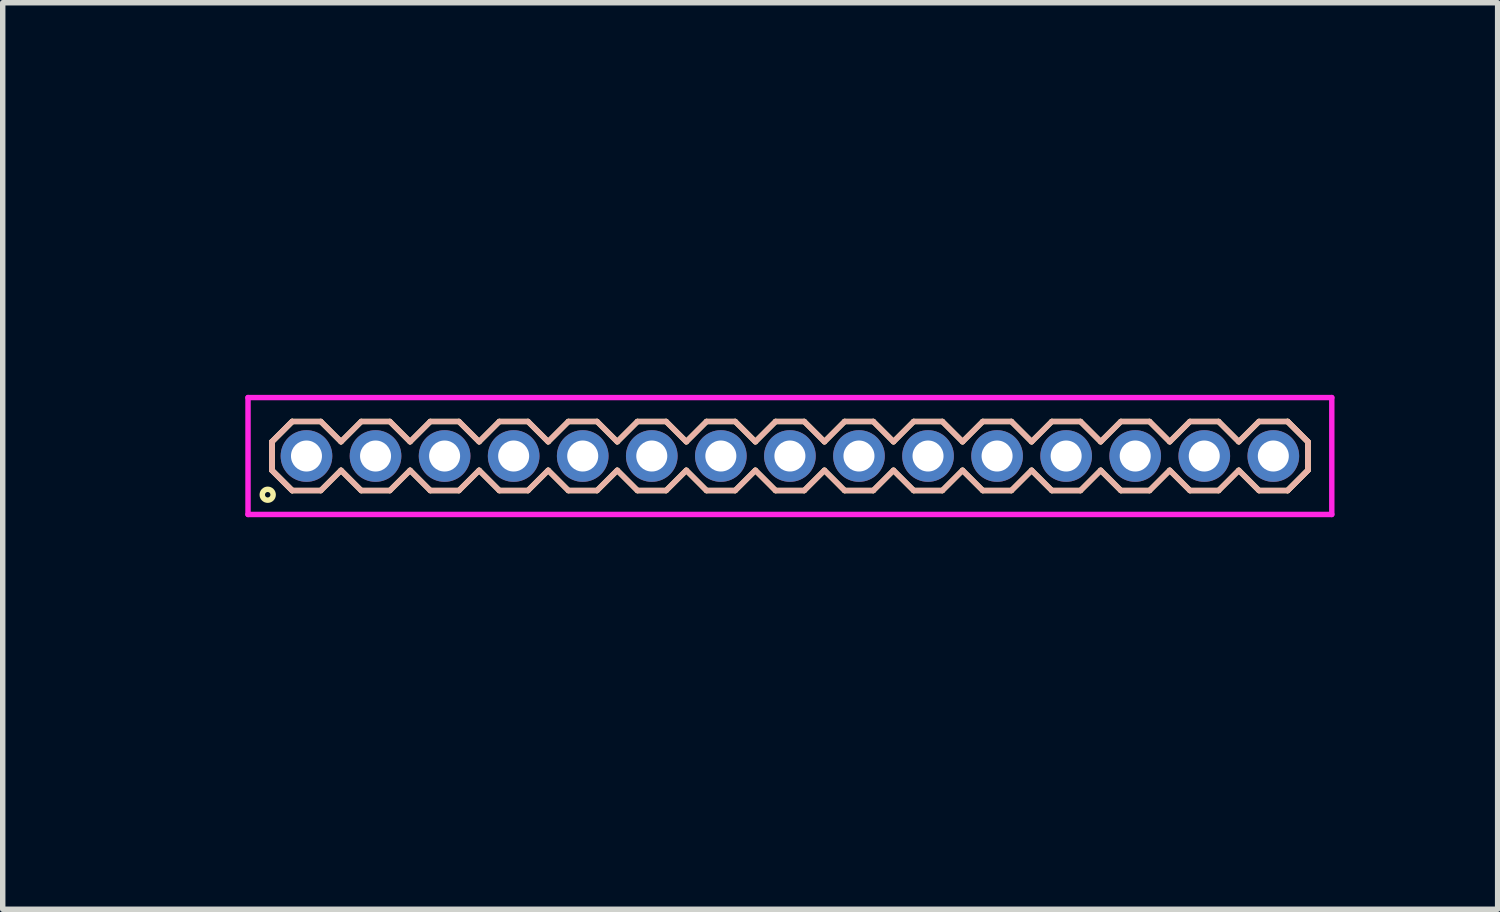
<source format=kicad_pcb>
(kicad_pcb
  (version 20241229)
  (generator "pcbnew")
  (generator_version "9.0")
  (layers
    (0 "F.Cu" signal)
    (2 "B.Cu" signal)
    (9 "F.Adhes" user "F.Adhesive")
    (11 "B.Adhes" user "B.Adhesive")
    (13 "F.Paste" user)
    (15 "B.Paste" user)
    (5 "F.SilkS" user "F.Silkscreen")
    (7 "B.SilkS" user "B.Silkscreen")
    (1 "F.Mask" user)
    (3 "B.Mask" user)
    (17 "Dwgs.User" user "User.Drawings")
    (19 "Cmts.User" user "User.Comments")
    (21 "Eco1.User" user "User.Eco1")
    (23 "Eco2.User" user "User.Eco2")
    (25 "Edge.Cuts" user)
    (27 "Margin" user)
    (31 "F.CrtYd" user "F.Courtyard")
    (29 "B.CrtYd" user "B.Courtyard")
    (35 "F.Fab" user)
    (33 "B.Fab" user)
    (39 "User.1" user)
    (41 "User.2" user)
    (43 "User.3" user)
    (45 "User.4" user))
  (footprint "HDR127P15x1"
    (layer "F.Cu")
    (at 11.476 5.336)
    (property "Reference" "HDR127P15x1" (at -10.715 0 90) (layer "User.1") (effects (font (size 1 1) (thickness 0.1))))
    (attr through_hole)
    (fp_line (start -9.525 -0.263) (end -9.153 -0.635) (stroke (width 0.1) (type solid)) (layer "F.SilkS"))
    (fp_line (start -9.525 -0.263) (end -9.153 -0.635) (stroke (width 0.1) (type solid)) (layer "F.SilkS"))
    (fp_line (start -9.525 0.263) (end -9.525 -0.263) (stroke (width 0.1) (type solid)) (layer "F.SilkS"))
    (fp_line (start -9.525 0.263) (end -9.525 -0.263) (stroke (width 0.1) (type solid)) (layer "F.SilkS"))
    (fp_line (start -9.153 -0.635) (end -8.627 -0.635) (stroke (width 0.1) (type solid)) (layer "F.SilkS"))
    (fp_line (start -9.153 0.635) (end -9.525 0.263) (stroke (width 0.1) (type solid)) (layer "F.SilkS"))
    (fp_line (start -9.153 0.635) (end -9.525 0.263) (stroke (width 0.1) (type solid)) (layer "F.SilkS"))
    (fp_line (start -8.627 -0.635) (end -8.255 -0.263) (stroke (width 0.1) (type solid)) (layer "F.SilkS"))
    (fp_line (start -8.627 0.635) (end -9.153 0.635) (stroke (width 0.1) (type solid)) (layer "F.SilkS"))
    (fp_line (start -8.255 -0.263) (end -7.883 -0.635) (stroke (width 0.1) (type solid)) (layer "F.SilkS"))
    (fp_line (start -8.255 0.263) (end -8.627 0.635) (stroke (width 0.1) (type solid)) (layer "F.SilkS"))
    (fp_line (start -7.883 -0.635) (end -7.357 -0.635) (stroke (width 0.1) (type solid)) (layer "F.SilkS"))
    (fp_line (start -7.883 0.635) (end -8.255 0.263) (stroke (width 0.1) (type solid)) (layer "F.SilkS"))
    (fp_line (start -7.357 -0.635) (end -6.985 -0.263) (stroke (width 0.1) (type solid)) (layer "F.SilkS"))
    (fp_line (start -7.357 0.635) (end -7.883 0.635) (stroke (width 0.1) (type solid)) (layer "F.SilkS"))
    (fp_line (start -6.985 -0.263) (end -6.613 -0.635) (stroke (width 0.1) (type solid)) (layer "F.SilkS"))
    (fp_line (start -6.985 0.263) (end -7.357 0.635) (stroke (width 0.1) (type solid)) (layer "F.SilkS"))
    (fp_line (start -6.613 -0.635) (end -6.087 -0.635) (stroke (width 0.1) (type solid)) (layer "F.SilkS"))
    (fp_line (start -6.613 0.635) (end -6.985 0.263) (stroke (width 0.1) (type solid)) (layer "F.SilkS"))
    (fp_line (start -6.087 -0.635) (end -5.715 -0.263) (stroke (width 0.1) (type solid)) (layer "F.SilkS"))
    (fp_line (start -6.087 0.635) (end -6.613 0.635) (stroke (width 0.1) (type solid)) (layer "F.SilkS"))
    (fp_line (start -5.715 -0.263) (end -5.343 -0.635) (stroke (width 0.1) (type solid)) (layer "F.SilkS"))
    (fp_line (start -5.715 0.263) (end -6.087 0.635) (stroke (width 0.1) (type solid)) (layer "F.SilkS"))
    (fp_line (start -5.343 -0.635) (end -4.817 -0.635) (stroke (width 0.1) (type solid)) (layer "F.SilkS"))
    (fp_line (start -5.343 0.635) (end -5.715 0.263) (stroke (width 0.1) (type solid)) (layer "F.SilkS"))
    (fp_line (start -4.817 -0.635) (end -4.445 -0.263) (stroke (width 0.1) (type solid)) (layer "F.SilkS"))
    (fp_line (start -4.817 0.635) (end -5.343 0.635) (stroke (width 0.1) (type solid)) (layer "F.SilkS"))
    (fp_line (start -4.445 -0.263) (end -4.073 -0.635) (stroke (width 0.1) (type solid)) (layer "F.SilkS"))
    (fp_line (start -4.445 0.263) (end -4.817 0.635) (stroke (width 0.1) (type solid)) (layer "F.SilkS"))
    (fp_line (start -4.073 -0.635) (end -3.547 -0.635) (stroke (width 0.1) (type solid)) (layer "F.SilkS"))
    (fp_line (start -4.073 0.635) (end -4.445 0.263) (stroke (width 0.1) (type solid)) (layer "F.SilkS"))
    (fp_line (start -3.547 -0.635) (end -3.175 -0.263) (stroke (width 0.1) (type solid)) (layer "F.SilkS"))
    (fp_line (start -3.547 0.635) (end -4.073 0.635) (stroke (width 0.1) (type solid)) (layer "F.SilkS"))
    (fp_line (start -3.175 -0.263) (end -2.803 -0.635) (stroke (width 0.1) (type solid)) (layer "F.SilkS"))
    (fp_line (start -3.175 0.263) (end -3.547 0.635) (stroke (width 0.1) (type solid)) (layer "F.SilkS"))
    (fp_line (start -2.803 -0.635) (end -2.277 -0.635) (stroke (width 0.1) (type solid)) (layer "F.SilkS"))
    (fp_line (start -2.803 0.635) (end -3.175 0.263) (stroke (width 0.1) (type solid)) (layer "F.SilkS"))
    (fp_line (start -2.277 -0.635) (end -1.905 -0.263) (stroke (width 0.1) (type solid)) (layer "F.SilkS"))
    (fp_line (start -2.277 0.635) (end -2.803 0.635) (stroke (width 0.1) (type solid)) (layer "F.SilkS"))
    (fp_line (start -1.905 -0.263) (end -1.533 -0.635) (stroke (width 0.1) (type solid)) (layer "F.SilkS"))
    (fp_line (start -1.905 0.263) (end -2.277 0.635) (stroke (width 0.1) (type solid)) (layer "F.SilkS"))
    (fp_line (start -1.533 -0.635) (end -1.007 -0.635) (stroke (width 0.1) (type solid)) (layer "F.SilkS"))
    (fp_line (start -1.533 0.635) (end -1.905 0.263) (stroke (width 0.1) (type solid)) (layer "F.SilkS"))
    (fp_line (start -1.007 -0.635) (end -0.635 -0.263) (stroke (width 0.1) (type solid)) (layer "F.SilkS"))
    (fp_line (start -1.007 0.635) (end -1.533 0.635) (stroke (width 0.1) (type solid)) (layer "F.SilkS"))
    (fp_line (start -0.635 -0.263) (end -0.263 -0.635) (stroke (width 0.1) (type solid)) (layer "F.SilkS"))
    (fp_line (start -0.635 0.263) (end -1.007 0.635) (stroke (width 0.1) (type solid)) (layer "F.SilkS"))
    (fp_line (start -0.263 -0.635) (end 0.263 -0.635) (stroke (width 0.1) (type solid)) (layer "F.SilkS"))
    (fp_line (start -0.263 0.635) (end -0.635 0.263) (stroke (width 0.1) (type solid)) (layer "F.SilkS"))
    (fp_line (start 0.263 -0.635) (end 0.635 -0.263) (stroke (width 0.1) (type solid)) (layer "F.SilkS"))
    (fp_line (start 0.263 0.635) (end -0.263 0.635) (stroke (width 0.1) (type solid)) (layer "F.SilkS"))
    (fp_line (start 0.635 -0.263) (end 1.007 -0.635) (stroke (width 0.1) (type solid)) (layer "F.SilkS"))
    (fp_line (start 0.635 0.263) (end 0.263 0.635) (stroke (width 0.1) (type solid)) (layer "F.SilkS"))
    (fp_line (start 1.007 -0.635) (end 1.533 -0.635) (stroke (width 0.1) (type solid)) (layer "F.SilkS"))
    (fp_line (start 1.007 0.635) (end 0.635 0.263) (stroke (width 0.1) (type solid)) (layer "F.SilkS"))
    (fp_line (start 1.533 -0.635) (end 1.905 -0.263) (stroke (width 0.1) (type solid)) (layer "F.SilkS"))
    (fp_line (start 1.533 0.635) (end 1.007 0.635) (stroke (width 0.1) (type solid)) (layer "F.SilkS"))
    (fp_line (start 1.905 -0.263) (end 2.277 -0.635) (stroke (width 0.1) (type solid)) (layer "F.SilkS"))
    (fp_line (start 1.905 0.263) (end 1.533 0.635) (stroke (width 0.1) (type solid)) (layer "F.SilkS"))
    (fp_line (start 2.277 -0.635) (end 2.803 -0.635) (stroke (width 0.1) (type solid)) (layer "F.SilkS"))
    (fp_line (start 2.277 0.635) (end 1.905 0.263) (stroke (width 0.1) (type solid)) (layer "F.SilkS"))
    (fp_line (start 2.803 -0.635) (end 3.175 -0.263) (stroke (width 0.1) (type solid)) (layer "F.SilkS"))
    (fp_line (start 2.803 0.635) (end 2.277 0.635) (stroke (width 0.1) (type solid)) (layer "F.SilkS"))
    (fp_line (start 3.175 -0.263) (end 3.547 -0.635) (stroke (width 0.1) (type solid)) (layer "F.SilkS"))
    (fp_line (start 3.175 0.263) (end 2.803 0.635) (stroke (width 0.1) (type solid)) (layer "F.SilkS"))
    (fp_line (start 3.547 -0.635) (end 4.073 -0.635) (stroke (width 0.1) (type solid)) (layer "F.SilkS"))
    (fp_line (start 3.547 0.635) (end 3.175 0.263) (stroke (width 0.1) (type solid)) (layer "F.SilkS"))
    (fp_line (start 4.073 -0.635) (end 4.445 -0.263) (stroke (width 0.1) (type solid)) (layer "F.SilkS"))
    (fp_line (start 4.073 0.635) (end 3.547 0.635) (stroke (width 0.1) (type solid)) (layer "F.SilkS"))
    (fp_line (start 4.445 -0.263) (end 4.817 -0.635) (stroke (width 0.1) (type solid)) (layer "F.SilkS"))
    (fp_line (start 4.445 0.263) (end 4.073 0.635) (stroke (width 0.1) (type solid)) (layer "F.SilkS"))
    (fp_line (start 4.817 -0.635) (end 5.343 -0.635) (stroke (width 0.1) (type solid)) (layer "F.SilkS"))
    (fp_line (start 4.817 0.635) (end 4.445 0.263) (stroke (width 0.1) (type solid)) (layer "F.SilkS"))
    (fp_line (start 5.343 -0.635) (end 5.715 -0.263) (stroke (width 0.1) (type solid)) (layer "F.SilkS"))
    (fp_line (start 5.343 0.635) (end 4.817 0.635) (stroke (width 0.1) (type solid)) (layer "F.SilkS"))
    (fp_line (start 5.715 -0.263) (end 6.087 -0.635) (stroke (width 0.1) (type solid)) (layer "F.SilkS"))
    (fp_line (start 5.715 0.263) (end 5.343 0.635) (stroke (width 0.1) (type solid)) (layer "F.SilkS"))
    (fp_line (start 6.087 -0.635) (end 6.613 -0.635) (stroke (width 0.1) (type solid)) (layer "F.SilkS"))
    (fp_line (start 6.087 0.635) (end 5.715 0.263) (stroke (width 0.1) (type solid)) (layer "F.SilkS"))
    (fp_line (start 6.613 -0.635) (end 6.985 -0.263) (stroke (width 0.1) (type solid)) (layer "F.SilkS"))
    (fp_line (start 6.613 0.635) (end 6.087 0.635) (stroke (width 0.1) (type solid)) (layer "F.SilkS"))
    (fp_line (start 6.985 -0.263) (end 7.357 -0.635) (stroke (width 0.1) (type solid)) (layer "F.SilkS"))
    (fp_line (start 6.985 0.263) (end 6.613 0.635) (stroke (width 0.1) (type solid)) (layer "F.SilkS"))
    (fp_line (start 7.357 -0.635) (end 7.883 -0.635) (stroke (width 0.1) (type solid)) (layer "F.SilkS"))
    (fp_line (start 7.357 0.635) (end 6.985 0.263) (stroke (width 0.1) (type solid)) (layer "F.SilkS"))
    (fp_line (start 7.883 -0.635) (end 8.255 -0.263) (stroke (width 0.1) (type solid)) (layer "F.SilkS"))
    (fp_line (start 7.883 0.635) (end 7.357 0.635) (stroke (width 0.1) (type solid)) (layer "F.SilkS"))
    (fp_line (start 8.255 -0.263) (end 8.627 -0.635) (stroke (width 0.1) (type solid)) (layer "F.SilkS"))
    (fp_line (start 8.255 0.263) (end 7.883 0.635) (stroke (width 0.1) (type solid)) (layer "F.SilkS"))
    (fp_line (start 8.627 -0.635) (end 9.153 -0.635) (stroke (width 0.1) (type solid)) (layer "F.SilkS"))
    (fp_line (start 8.627 0.635) (end 8.255 0.263) (stroke (width 0.1) (type solid)) (layer "F.SilkS"))
    (fp_line (start 9.153 -0.635) (end 9.525 -0.263) (stroke (width 0.1) (type solid)) (layer "F.SilkS"))
    (fp_line (start 9.153 -0.635) (end 9.525 -0.263) (stroke (width 0.1) (type solid)) (layer "F.SilkS"))
    (fp_line (start 9.153 0.635) (end 8.627 0.635) (stroke (width 0.1) (type solid)) (layer "F.SilkS"))
    (fp_line (start 9.525 -0.263) (end 9.525 0.263) (stroke (width 0.1) (type solid)) (layer "F.SilkS"))
    (fp_line (start 9.525 -0.263) (end 9.525 0.263) (stroke (width 0.1) (type solid)) (layer "F.SilkS"))
    (fp_line (start 9.525 0.263) (end 9.153 0.635) (stroke (width 0.1) (type solid)) (layer "F.SilkS"))
    (fp_line (start 9.525 0.263) (end 9.153 0.635) (stroke (width 0.1) (type solid)) (layer "F.SilkS"))
    (fp_circle (center -9.603 0.712) (end -9.503 0.712) (stroke (width 0.1) (type solid)) (fill no) (layer "F.SilkS"))
    (fp_line (start -9.525 -0.263) (end -9.153 -0.635) (stroke (width 0.1) (type solid)) (layer "B.SilkS"))
    (fp_line (start -9.525 -0.263) (end -9.153 -0.635) (stroke (width 0.1) (type solid)) (layer "B.SilkS"))
    (fp_line (start -9.525 0.263) (end -9.525 -0.263) (stroke (width 0.1) (type solid)) (layer "B.SilkS"))
    (fp_line (start -9.525 0.263) (end -9.525 -0.263) (stroke (width 0.1) (type solid)) (layer "B.SilkS"))
    (fp_line (start -9.153 -0.635) (end -8.627 -0.635) (stroke (width 0.1) (type solid)) (layer "B.SilkS"))
    (fp_line (start -9.153 0.635) (end -9.525 0.263) (stroke (width 0.1) (type solid)) (layer "B.SilkS"))
    (fp_line (start -9.153 0.635) (end -9.525 0.263) (stroke (width 0.1) (type solid)) (layer "B.SilkS"))
    (fp_line (start -8.627 -0.635) (end -8.255 -0.263) (stroke (width 0.1) (type solid)) (layer "B.SilkS"))
    (fp_line (start -8.627 0.635) (end -9.153 0.635) (stroke (width 0.1) (type solid)) (layer "B.SilkS"))
    (fp_line (start -8.255 -0.263) (end -7.883 -0.635) (stroke (width 0.1) (type solid)) (layer "B.SilkS"))
    (fp_line (start -8.255 0.263) (end -8.627 0.635) (stroke (width 0.1) (type solid)) (layer "B.SilkS"))
    (fp_line (start -7.883 -0.635) (end -7.357 -0.635) (stroke (width 0.1) (type solid)) (layer "B.SilkS"))
    (fp_line (start -7.883 0.635) (end -8.255 0.263) (stroke (width 0.1) (type solid)) (layer "B.SilkS"))
    (fp_line (start -7.357 -0.635) (end -6.985 -0.263) (stroke (width 0.1) (type solid)) (layer "B.SilkS"))
    (fp_line (start -7.357 0.635) (end -7.883 0.635) (stroke (width 0.1) (type solid)) (layer "B.SilkS"))
    (fp_line (start -6.985 -0.263) (end -6.613 -0.635) (stroke (width 0.1) (type solid)) (layer "B.SilkS"))
    (fp_line (start -6.985 0.263) (end -7.357 0.635) (stroke (width 0.1) (type solid)) (layer "B.SilkS"))
    (fp_line (start -6.613 -0.635) (end -6.087 -0.635) (stroke (width 0.1) (type solid)) (layer "B.SilkS"))
    (fp_line (start -6.613 0.635) (end -6.985 0.263) (stroke (width 0.1) (type solid)) (layer "B.SilkS"))
    (fp_line (start -6.087 -0.635) (end -5.715 -0.263) (stroke (width 0.1) (type solid)) (layer "B.SilkS"))
    (fp_line (start -6.087 0.635) (end -6.613 0.635) (stroke (width 0.1) (type solid)) (layer "B.SilkS"))
    (fp_line (start -5.715 -0.263) (end -5.343 -0.635) (stroke (width 0.1) (type solid)) (layer "B.SilkS"))
    (fp_line (start -5.715 0.263) (end -6.087 0.635) (stroke (width 0.1) (type solid)) (layer "B.SilkS"))
    (fp_line (start -5.343 -0.635) (end -4.817 -0.635) (stroke (width 0.1) (type solid)) (layer "B.SilkS"))
    (fp_line (start -5.343 0.635) (end -5.715 0.263) (stroke (width 0.1) (type solid)) (layer "B.SilkS"))
    (fp_line (start -4.817 -0.635) (end -4.445 -0.263) (stroke (width 0.1) (type solid)) (layer "B.SilkS"))
    (fp_line (start -4.817 0.635) (end -5.343 0.635) (stroke (width 0.1) (type solid)) (layer "B.SilkS"))
    (fp_line (start -4.445 -0.263) (end -4.073 -0.635) (stroke (width 0.1) (type solid)) (layer "B.SilkS"))
    (fp_line (start -4.445 0.263) (end -4.817 0.635) (stroke (width 0.1) (type solid)) (layer "B.SilkS"))
    (fp_line (start -4.073 -0.635) (end -3.547 -0.635) (stroke (width 0.1) (type solid)) (layer "B.SilkS"))
    (fp_line (start -4.073 0.635) (end -4.445 0.263) (stroke (width 0.1) (type solid)) (layer "B.SilkS"))
    (fp_line (start -3.547 -0.635) (end -3.175 -0.263) (stroke (width 0.1) (type solid)) (layer "B.SilkS"))
    (fp_line (start -3.547 0.635) (end -4.073 0.635) (stroke (width 0.1) (type solid)) (layer "B.SilkS"))
    (fp_line (start -3.175 -0.263) (end -2.803 -0.635) (stroke (width 0.1) (type solid)) (layer "B.SilkS"))
    (fp_line (start -3.175 0.263) (end -3.547 0.635) (stroke (width 0.1) (type solid)) (layer "B.SilkS"))
    (fp_line (start -2.803 -0.635) (end -2.277 -0.635) (stroke (width 0.1) (type solid)) (layer "B.SilkS"))
    (fp_line (start -2.803 0.635) (end -3.175 0.263) (stroke (width 0.1) (type solid)) (layer "B.SilkS"))
    (fp_line (start -2.277 -0.635) (end -1.905 -0.263) (stroke (width 0.1) (type solid)) (layer "B.SilkS"))
    (fp_line (start -2.277 0.635) (end -2.803 0.635) (stroke (width 0.1) (type solid)) (layer "B.SilkS"))
    (fp_line (start -1.905 -0.263) (end -1.533 -0.635) (stroke (width 0.1) (type solid)) (layer "B.SilkS"))
    (fp_line (start -1.905 0.263) (end -2.277 0.635) (stroke (width 0.1) (type solid)) (layer "B.SilkS"))
    (fp_line (start -1.533 -0.635) (end -1.007 -0.635) (stroke (width 0.1) (type solid)) (layer "B.SilkS"))
    (fp_line (start -1.533 0.635) (end -1.905 0.263) (stroke (width 0.1) (type solid)) (layer "B.SilkS"))
    (fp_line (start -1.007 -0.635) (end -0.635 -0.263) (stroke (width 0.1) (type solid)) (layer "B.SilkS"))
    (fp_line (start -1.007 0.635) (end -1.533 0.635) (stroke (width 0.1) (type solid)) (layer "B.SilkS"))
    (fp_line (start -0.635 -0.263) (end -0.263 -0.635) (stroke (width 0.1) (type solid)) (layer "B.SilkS"))
    (fp_line (start -0.635 0.263) (end -1.007 0.635) (stroke (width 0.1) (type solid)) (layer "B.SilkS"))
    (fp_line (start -0.263 -0.635) (end 0.263 -0.635) (stroke (width 0.1) (type solid)) (layer "B.SilkS"))
    (fp_line (start -0.263 0.635) (end -0.635 0.263) (stroke (width 0.1) (type solid)) (layer "B.SilkS"))
    (fp_line (start 0.263 -0.635) (end 0.635 -0.263) (stroke (width 0.1) (type solid)) (layer "B.SilkS"))
    (fp_line (start 0.263 0.635) (end -0.263 0.635) (stroke (width 0.1) (type solid)) (layer "B.SilkS"))
    (fp_line (start 0.635 -0.263) (end 1.007 -0.635) (stroke (width 0.1) (type solid)) (layer "B.SilkS"))
    (fp_line (start 0.635 0.263) (end 0.263 0.635) (stroke (width 0.1) (type solid)) (layer "B.SilkS"))
    (fp_line (start 1.007 -0.635) (end 1.533 -0.635) (stroke (width 0.1) (type solid)) (layer "B.SilkS"))
    (fp_line (start 1.007 0.635) (end 0.635 0.263) (stroke (width 0.1) (type solid)) (layer "B.SilkS"))
    (fp_line (start 1.533 -0.635) (end 1.905 -0.263) (stroke (width 0.1) (type solid)) (layer "B.SilkS"))
    (fp_line (start 1.533 0.635) (end 1.007 0.635) (stroke (width 0.1) (type solid)) (layer "B.SilkS"))
    (fp_line (start 1.905 -0.263) (end 2.277 -0.635) (stroke (width 0.1) (type solid)) (layer "B.SilkS"))
    (fp_line (start 1.905 0.263) (end 1.533 0.635) (stroke (width 0.1) (type solid)) (layer "B.SilkS"))
    (fp_line (start 2.277 -0.635) (end 2.803 -0.635) (stroke (width 0.1) (type solid)) (layer "B.SilkS"))
    (fp_line (start 2.277 0.635) (end 1.905 0.263) (stroke (width 0.1) (type solid)) (layer "B.SilkS"))
    (fp_line (start 2.803 -0.635) (end 3.175 -0.263) (stroke (width 0.1) (type solid)) (layer "B.SilkS"))
    (fp_line (start 2.803 0.635) (end 2.277 0.635) (stroke (width 0.1) (type solid)) (layer "B.SilkS"))
    (fp_line (start 3.175 -0.263) (end 3.547 -0.635) (stroke (width 0.1) (type solid)) (layer "B.SilkS"))
    (fp_line (start 3.175 0.263) (end 2.803 0.635) (stroke (width 0.1) (type solid)) (layer "B.SilkS"))
    (fp_line (start 3.547 -0.635) (end 4.073 -0.635) (stroke (width 0.1) (type solid)) (layer "B.SilkS"))
    (fp_line (start 3.547 0.635) (end 3.175 0.263) (stroke (width 0.1) (type solid)) (layer "B.SilkS"))
    (fp_line (start 4.073 -0.635) (end 4.445 -0.263) (stroke (width 0.1) (type solid)) (layer "B.SilkS"))
    (fp_line (start 4.073 0.635) (end 3.547 0.635) (stroke (width 0.1) (type solid)) (layer "B.SilkS"))
    (fp_line (start 4.445 -0.263) (end 4.817 -0.635) (stroke (width 0.1) (type solid)) (layer "B.SilkS"))
    (fp_line (start 4.445 0.263) (end 4.073 0.635) (stroke (width 0.1) (type solid)) (layer "B.SilkS"))
    (fp_line (start 4.817 -0.635) (end 5.343 -0.635) (stroke (width 0.1) (type solid)) (layer "B.SilkS"))
    (fp_line (start 4.817 0.635) (end 4.445 0.263) (stroke (width 0.1) (type solid)) (layer "B.SilkS"))
    (fp_line (start 5.343 -0.635) (end 5.715 -0.263) (stroke (width 0.1) (type solid)) (layer "B.SilkS"))
    (fp_line (start 5.343 0.635) (end 4.817 0.635) (stroke (width 0.1) (type solid)) (layer "B.SilkS"))
    (fp_line (start 5.715 -0.263) (end 6.087 -0.635) (stroke (width 0.1) (type solid)) (layer "B.SilkS"))
    (fp_line (start 5.715 0.263) (end 5.343 0.635) (stroke (width 0.1) (type solid)) (layer "B.SilkS"))
    (fp_line (start 6.087 -0.635) (end 6.613 -0.635) (stroke (width 0.1) (type solid)) (layer "B.SilkS"))
    (fp_line (start 6.087 0.635) (end 5.715 0.263) (stroke (width 0.1) (type solid)) (layer "B.SilkS"))
    (fp_line (start 6.613 -0.635) (end 6.985 -0.263) (stroke (width 0.1) (type solid)) (layer "B.SilkS"))
    (fp_line (start 6.613 0.635) (end 6.087 0.635) (stroke (width 0.1) (type solid)) (layer "B.SilkS"))
    (fp_line (start 6.985 -0.263) (end 7.357 -0.635) (stroke (width 0.1) (type solid)) (layer "B.SilkS"))
    (fp_line (start 6.985 0.263) (end 6.613 0.635) (stroke (width 0.1) (type solid)) (layer "B.SilkS"))
    (fp_line (start 7.357 -0.635) (end 7.883 -0.635) (stroke (width 0.1) (type solid)) (layer "B.SilkS"))
    (fp_line (start 7.357 0.635) (end 6.985 0.263) (stroke (width 0.1) (type solid)) (layer "B.SilkS"))
    (fp_line (start 7.883 -0.635) (end 8.255 -0.263) (stroke (width 0.1) (type solid)) (layer "B.SilkS"))
    (fp_line (start 7.883 0.635) (end 7.357 0.635) (stroke (width 0.1) (type solid)) (layer "B.SilkS"))
    (fp_line (start 8.255 -0.263) (end 8.627 -0.635) (stroke (width 0.1) (type solid)) (layer "B.SilkS"))
    (fp_line (start 8.255 0.263) (end 7.883 0.635) (stroke (width 0.1) (type solid)) (layer "B.SilkS"))
    (fp_line (start 8.627 -0.635) (end 9.153 -0.635) (stroke (width 0.1) (type solid)) (layer "B.SilkS"))
    (fp_line (start 8.627 0.635) (end 8.255 0.263) (stroke (width 0.1) (type solid)) (layer "B.SilkS"))
    (fp_line (start 9.153 -0.635) (end 9.525 -0.263) (stroke (width 0.1) (type solid)) (layer "B.SilkS"))
    (fp_line (start 9.153 -0.635) (end 9.525 -0.263) (stroke (width 0.1) (type solid)) (layer "B.SilkS"))
    (fp_line (start 9.153 0.635) (end 8.627 0.635) (stroke (width 0.1) (type solid)) (layer "B.SilkS"))
    (fp_line (start 9.525 -0.263) (end 9.525 0.263) (stroke (width 0.1) (type solid)) (layer "B.SilkS"))
    (fp_line (start 9.525 -0.263) (end 9.525 0.263) (stroke (width 0.1) (type solid)) (layer "B.SilkS"))
    (fp_line (start 9.525 0.263) (end 9.153 0.635) (stroke (width 0.1) (type solid)) (layer "B.SilkS"))
    (fp_line (start 9.525 0.263) (end 9.153 0.635) (stroke (width 0.1) (type solid)) (layer "B.SilkS"))
    (fp_line (start -9.965 -1.075) (end -9.965 1.075) (stroke (width 0.1) (type solid)) (layer "F.CrtYd"))
    (fp_line (start -9.965 1.075) (end 9.965 1.075) (stroke (width 0.1) (type solid)) (layer "F.CrtYd"))
    (fp_line (start 9.965 -1.075) (end -9.965 -1.075) (stroke (width 0.1) (type solid)) (layer "F.CrtYd"))
    (fp_line (start 9.965 1.075) (end 9.965 -1.075) (stroke (width 0.1) (type solid)) (layer "F.CrtYd"))
    (pad "1" thru_hole oval (at -8.89 0) (size 0.95 0.95) (drill 0.57) (layers "*.Cu" "*.Mask"))
    (pad "2" thru_hole oval (at -7.62 0) (size 0.95 0.95) (drill 0.57) (layers "*.Cu" "*.Mask"))
    (pad "3" thru_hole oval (at -6.35 0) (size 0.95 0.95) (drill 0.57) (layers "*.Cu" "*.Mask"))
    (pad "4" thru_hole oval (at -5.08 0) (size 0.95 0.95) (drill 0.57) (layers "*.Cu" "*.Mask"))
    (pad "5" thru_hole oval (at -3.81 0) (size 0.95 0.95) (drill 0.57) (layers "*.Cu" "*.Mask"))
    (pad "6" thru_hole oval (at -2.54 0) (size 0.95 0.95) (drill 0.57) (layers "*.Cu" "*.Mask"))
    (pad "7" thru_hole oval (at -1.27 0) (size 0.95 0.95) (drill 0.57) (layers "*.Cu" "*.Mask"))
    (pad "8" thru_hole oval (at 0 0) (size 0.95 0.95) (drill 0.57) (layers "*.Cu" "*.Mask"))
    (pad "9" thru_hole oval (at 1.27 0) (size 0.95 0.95) (drill 0.57) (layers "*.Cu" "*.Mask"))
    (pad "10" thru_hole oval (at 2.54 0) (size 0.95 0.95) (drill 0.57) (layers "*.Cu" "*.Mask"))
    (pad "11" thru_hole oval (at 3.81 0) (size 0.95 0.95) (drill 0.57) (layers "*.Cu" "*.Mask"))
    (pad "12" thru_hole oval (at 5.08 0) (size 0.95 0.95) (drill 0.57) (layers "*.Cu" "*.Mask"))
    (pad "13" thru_hole oval (at 6.35 0) (size 0.95 0.95) (drill 0.57) (layers "*.Cu" "*.Mask"))
    (pad "14" thru_hole oval (at 7.62 0) (size 0.95 0.95) (drill 0.57) (layers "*.Cu" "*.Mask"))
    (pad "15" thru_hole oval (at 8.89 0) (size 0.95 0.95) (drill 0.57) (layers "*.Cu" "*.Mask")))
  (gr_rect
    (start -3 -3)
    (end 24.491 13.671)
    (stroke (width 0.1) (type default))
    (fill no)
    (layer "Edge.Cuts")))
</source>
